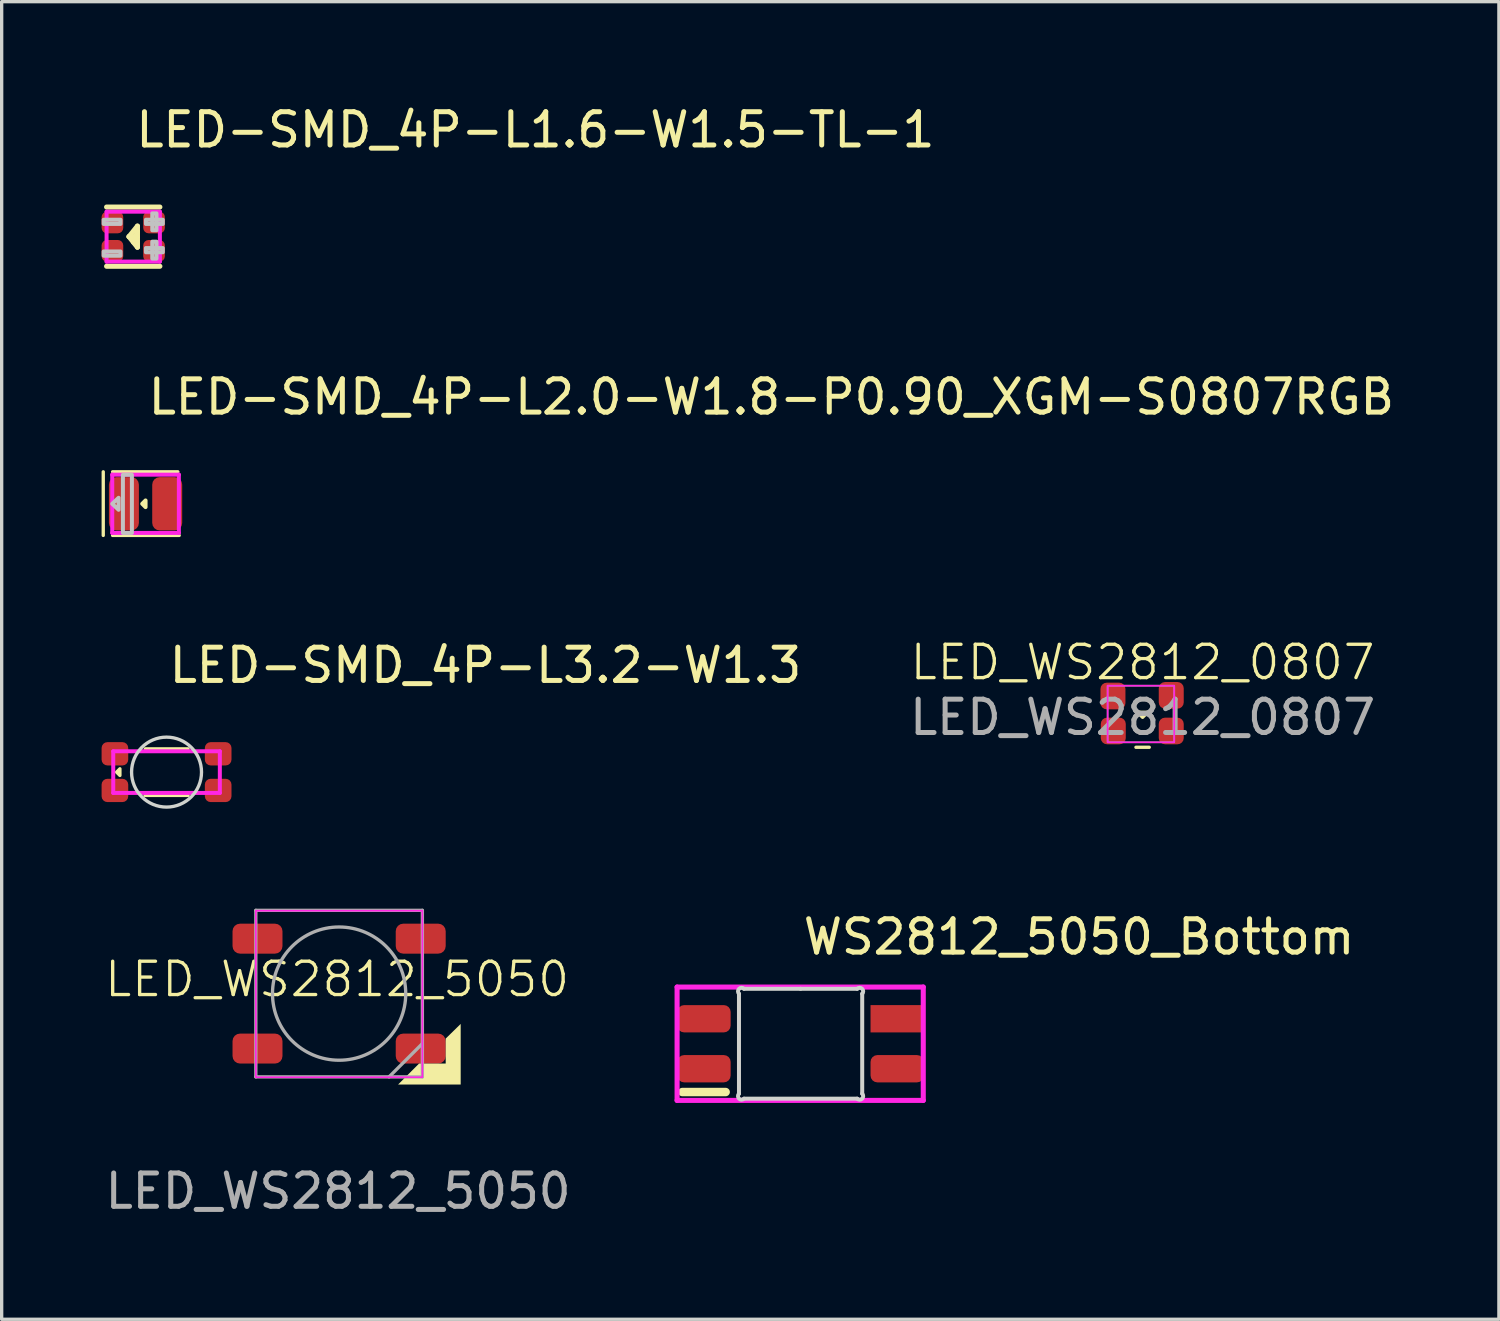
<source format=kicad_pcb>
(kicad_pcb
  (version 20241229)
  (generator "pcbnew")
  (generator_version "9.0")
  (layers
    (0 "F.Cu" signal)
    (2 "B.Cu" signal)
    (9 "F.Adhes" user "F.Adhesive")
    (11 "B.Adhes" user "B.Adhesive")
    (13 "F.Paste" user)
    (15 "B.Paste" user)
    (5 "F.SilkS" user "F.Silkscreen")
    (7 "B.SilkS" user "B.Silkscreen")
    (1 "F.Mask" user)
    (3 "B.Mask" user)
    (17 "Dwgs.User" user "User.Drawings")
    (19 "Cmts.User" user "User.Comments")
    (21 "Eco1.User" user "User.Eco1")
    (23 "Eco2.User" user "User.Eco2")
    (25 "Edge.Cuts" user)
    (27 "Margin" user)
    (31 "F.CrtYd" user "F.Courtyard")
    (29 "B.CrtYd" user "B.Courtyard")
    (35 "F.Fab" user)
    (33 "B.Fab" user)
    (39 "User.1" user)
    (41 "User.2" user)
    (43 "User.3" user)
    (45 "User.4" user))
  (footprint "LED-SMD_4P-L1.6-W1.5-TL-1"
    (layer "F.Cu")
    (at 0.95 4.055)
    (property "Reference" "LED-SMD_4P-L1.6-W1.5-TL-1" (at 0 -3.207 0) (layer "F.SilkS") (effects (font (size 1 1) (thickness 0.15)) (justify left)))
    (attr through_hole)
    (fp_line (start -0.8 -0.889) (end 0.8 -0.889) (stroke (width 0.152) (type solid)) (layer "F.SilkS"))
    (fp_line (start -0.127 0) (end 0.127 0) (stroke (width 0.152) (type solid)) (layer "F.SilkS"))
    (fp_line (start -0.127 0) (end 0.127 0.318) (stroke (width 0.152) (type solid)) (layer "F.SilkS"))
    (fp_line (start 0.127 -0.317) (end -0.127 0) (stroke (width 0.152) (type solid)) (layer "F.SilkS"))
    (fp_line (start 0.127 -0.155) (end 0.006 0.166) (stroke (width 0.152) (type solid)) (layer "F.SilkS"))
    (fp_line (start 0.127 0.318) (end 0.127 -0.317) (stroke (width 0.152) (type solid)) (layer "F.SilkS"))
    (fp_line (start 0.8 0.889) (end -0.8 0.889) (stroke (width 0.152) (type solid)) (layer "F.SilkS"))
    (fp_poly (pts (xy -0.762 -0.381) (xy -0.381 -0.381) (xy -0.381 -0.508) (xy -0.889 -0.508) (xy -0.889 -0.381)) (stroke (width 0.12) (type solid)) (fill no) (layer "Dwgs.User"))
    (fp_poly (pts (xy -0.762 0.572) (xy -0.381 0.572) (xy -0.381 0.445) (xy -0.889 0.445) (xy -0.889 0.572)) (stroke (width 0.12) (type solid)) (fill no) (layer "Dwgs.User"))
    (fp_poly (pts (xy 0.508 -0.381) (xy 0.889 -0.381) (xy 0.889 -0.508) (xy 0.381 -0.508) (xy 0.381 -0.381)) (stroke (width 0.12) (type solid)) (fill no) (layer "Dwgs.User"))
    (fp_poly (pts (xy 0.508 0.469) (xy 0.889 0.469) (xy 0.889 0.342) (xy 0.381 0.342) (xy 0.381 0.469)) (stroke (width 0.12) (type solid)) (fill no) (layer "Dwgs.User"))
    (fp_poly (pts (xy 0.571 -0.572) (xy 0.571 -0.191) (xy 0.698 -0.191) (xy 0.698 -0.699) (xy 0.571 -0.699)) (stroke (width 0.12) (type solid)) (fill no) (layer "Dwgs.User"))
    (fp_poly (pts (xy 0.571 0.278) (xy 0.571 0.659) (xy 0.698 0.659) (xy 0.698 0.151) (xy 0.571 0.151)) (stroke (width 0.12) (type solid)) (fill no) (layer "Dwgs.User"))
    (fp_circle (center -0.8 -0.75) (end -0.77 -0.75) (stroke (width 0.06) (type solid)) (fill no) (layer "Eco2.User"))
    (fp_line (start -0.8 -0.75) (end 0.8 -0.75) (stroke (width 0.12) (type solid)) (layer "F.CrtYd"))
    (fp_line (start -0.8 0.75) (end -0.8 -0.75) (stroke (width 0.12) (type solid)) (layer "F.CrtYd"))
    (fp_line (start 0.8 -0.75) (end 0.8 0.75) (stroke (width 0.12) (type solid)) (layer "F.CrtYd"))
    (fp_line (start 0.8 0.75) (end -0.8 0.75) (stroke (width 0.12) (type solid)) (layer "F.CrtYd"))
    (pad "1" smd roundrect (at -0.625 -0.425 180) (size 0.65 0.65) (layers "F.Cu" "F.Mask" "F.Paste") (roundrect_rratio 0.25))
    (pad "2" smd roundrect (at 0.625 -0.425 180) (size 0.65 0.65) (layers "F.Cu" "F.Mask" "F.Paste") (roundrect_rratio 0.25))
    (pad "3" smd roundrect (at -0.625 0.425 180) (size 0.65 0.65) (layers "F.Cu" "F.Mask" "F.Paste") (roundrect_rratio 0.25))
    (pad "4" smd roundrect (at 0.625 0.425 180) (size 0.65 0.65) (layers "F.Cu" "F.Mask" "F.Paste") (roundrect_rratio 0.25)))
  (footprint "WS2812_5050_Bottom"
    (layer "F.Cu")
    (at 20.986 28.286)
    (property "Reference" "WS2812_5050_Bottom" (at 0 -3.207 0) (layer "F.SilkS") (effects (font (size 1 1) (thickness 0.15)) (justify left)))
    (attr smd)
    (fp_line (start -3.55 1.45) (end -2.25 1.45) (stroke (width 0.254) (type solid)) (layer "F.SilkS"))
    (fp_line (start -1.85 1.5) (end -1.85 -1.5) (stroke (width 0.12) (type solid)) (layer "Edge.Cuts"))
    (fp_line (start -1.7 -1.65) (end 0 -1.65) (stroke (width 0.12) (type solid)) (layer "Edge.Cuts"))
    (fp_line (start 0 -1.65) (end 1.7 -1.65) (stroke (width 0.12) (type solid)) (layer "Edge.Cuts"))
    (fp_line (start 1.7 1.65) (end -1.7 1.65) (stroke (width 0.12) (type solid)) (layer "Edge.Cuts"))
    (fp_line (start 1.85 -1.5) (end 1.85 1.5) (stroke (width 0.12) (type solid)) (layer "Edge.Cuts"))
    (fp_arc (start -1.85 -1.5) (mid -1.85 -1.65) (end -1.7 -1.65) (stroke (width 0.12) (type default)) (layer "Edge.Cuts"))
    (fp_arc (start -1.7 1.65) (mid -1.85 1.65) (end -1.85 1.5) (stroke (width 0.12) (type default)) (layer "Edge.Cuts"))
    (fp_arc (start 1.7 -1.65) (mid 1.85 -1.65) (end 1.85 -1.5) (stroke (width 0.12) (type default)) (layer "Edge.Cuts"))
    (fp_arc (start 1.85 1.5) (mid 1.85 1.65) (end 1.7 1.65) (stroke (width 0.12) (type default)) (layer "Edge.Cuts"))
    (fp_line (start -3.708 -1.702) (end 3.683 -1.702) (stroke (width 0.152) (type solid)) (layer "F.CrtYd"))
    (fp_line (start -3.708 1.702) (end -3.708 -1.702) (stroke (width 0.152) (type solid)) (layer "F.CrtYd"))
    (fp_line (start 3.683 -1.702) (end 3.683 1.702) (stroke (width 0.152) (type solid)) (layer "F.CrtYd"))
    (fp_line (start 3.683 1.702) (end -3.708 1.702) (stroke (width 0.152) (type solid)) (layer "F.CrtYd"))
    (pad "1" smd trapezoid (at 2.9 -0.75) (size 1.6 0.82) (layers "F.Cu" "F.Mask" "F.Paste"))
    (pad "2" smd roundrect (at 2.9 0.75) (size 1.6 0.82) (layers "F.Cu" "F.Mask" "F.Paste") (roundrect_rratio 0.25))
    (pad "3" smd roundrect (at -2.9 0.75) (size 1.6 0.82) (layers "F.Cu" "F.Mask" "F.Paste") (roundrect_rratio 0.25))
    (pad "4" smd roundrect (at -2.9 -0.75) (size 1.6 0.82) (layers "F.Cu" "F.Mask" "F.Paste") (roundrect_rratio 0.25)))
  (footprint "LED-SMD_4P-L3.2-W1.3"
    (layer "F.Cu")
    (at 1.95 20.131)
    (property "Reference" "LED-SMD_4P-L3.2-W1.3" (at 0 -3.207 0) (layer "F.SilkS") (effects (font (size 1 1) (thickness 0.15)) (justify left)))
    (attr through_hole)
    (fp_line (start -0.646 0.7) (end 0.646 0.7) (stroke (width 0.1) (type solid)) (layer "F.SilkS"))
    (fp_line (start -0.636 -0.698) (end 0.646 -0.698) (stroke (width 0.1) (type solid)) (layer "F.SilkS"))
    (fp_poly (pts (xy -1.4 -0.1) (xy -1.4 0.1) (xy -1.5 0)) (stroke (width 0.1) (type solid)) (fill yes) (layer "F.SilkS"))
    (fp_circle (center 0 0) (end 1.05 0) (stroke (width 0.1) (type default)) (fill no) (layer "Edge.Cuts"))
    (fp_line (start -1.6 -0.625) (end -1.6 0.625) (stroke (width 0.12) (type solid)) (layer "F.CrtYd"))
    (fp_line (start -1.6 0.625) (end 1.6 0.625) (stroke (width 0.12) (type solid)) (layer "F.CrtYd"))
    (fp_line (start 1.6 -0.625) (end -1.6 -0.625) (stroke (width 0.12) (type solid)) (layer "F.CrtYd"))
    (fp_line (start 1.6 0.625) (end 1.6 -0.625) (stroke (width 0.12) (type solid)) (layer "F.CrtYd"))
    (pad "1" smd roundrect (at 1.55 0.55) (size 0.8 0.7) (layers "F.Cu" "F.Mask" "F.Paste") (roundrect_rratio 0.25))
    (pad "2" smd roundrect (at -1.55 0.55) (size 0.8 0.7) (layers "F.Cu" "F.Mask" "F.Paste") (roundrect_rratio 0.25))
    (pad "3" smd roundrect (at -1.55 -0.55) (size 0.8 0.7) (layers "F.Cu" "F.Mask" "F.Paste") (roundrect_rratio 0.25))
    (pad "4" smd roundrect (at 1.55 -0.55) (size 0.8 0.7) (layers "F.Cu" "F.Mask" "F.Paste") (roundrect_rratio 0.25)))
  (footprint "LED-SMD_4P-L2.0-W1.8-P0.90_XGM-S0807RGB"
    (layer "F.Cu")
    (at 1.32 12.075)
    (property "Reference" "LED-SMD_4P-L2.0-W1.8-P0.90_XGM-S0807RGB" (at 0 -3.207 0) (layer "F.SilkS") (effects (font (size 1 1) (thickness 0.15)) (justify left)))
    (attr smd)
    (fp_line (start -1.27 -0.96) (end -1.27 0.95) (stroke (width 0.1) (type default)) (layer "F.SilkS"))
    (fp_line (start -0.99 -0.96) (end 0.97 -0.96) (stroke (width 0.1) (type solid)) (layer "F.SilkS"))
    (fp_line (start -0.99 0.95) (end 1.01 0.95) (stroke (width 0.1) (type solid)) (layer "F.SilkS"))
    (fp_poly (pts (xy 0 -0.1) (xy -0.1 0) (xy 0 0.1)) (stroke (width 0.12) (type solid)) (fill yes) (layer "F.SilkS"))
    (fp_poly (pts (xy -1 0) (xy -0.81 -0.18) (xy -0.81 0.18)) (stroke (width 0.12) (type solid)) (fill no) (layer "Dwgs.User"))
    (fp_poly (pts (xy -0.68 -0.87) (xy -0.41 -0.87) (xy -0.41 0.875) (xy -0.68 0.875)) (stroke (width 0.12) (type solid)) (fill no) (layer "Dwgs.User"))
    (fp_line (start -1 -0.875) (end 1 -0.875) (stroke (width 0.12) (type solid)) (layer "F.CrtYd"))
    (fp_line (start -1 0.875) (end -1 -0.875) (stroke (width 0.12) (type solid)) (layer "F.CrtYd"))
    (fp_line (start 1 -0.875) (end 1 0.875) (stroke (width 0.12) (type solid)) (layer "F.CrtYd"))
    (fp_line (start 1 0.875) (end -1 0.875) (stroke (width 0.12) (type solid)) (layer "F.CrtYd"))
    (pad "1" smd roundrect (at -0.65 0) (size 0.9 1.6) (layers "F.Cu" "F.Mask" "F.Paste") (roundrect_rratio 0.25))
    (pad "2" smd roundrect (at 0.65 0) (size 0.9 1.6) (layers "F.Cu" "F.Mask" "F.Paste") (roundrect_rratio 0.25)))
  (footprint "LED_WS2812_5050"
    (layer "F.Cu")
    (at 7.071 26.851)
    (property "Reference" "LED_WS2812_5050" (at 0 -0.5 0) (unlocked yes) (layer "F.SilkS") (effects (font (size 1 1) (thickness 0.1))))
    (attr smd)
    (fp_poly (pts (xy 3.71 0.84) (xy 3.26 1.28) (xy 3.26 2.03) (xy 2.46 2.03) (xy 1.83 2.66) (xy 3.71 2.66)) (stroke (width 0) (type solid)) (fill yes) (layer "F.SilkS"))
    (fp_rect (start -2.44 -2.56) (end 2.56 2.44) (stroke (width 0.05) (type default)) (fill no) (layer "F.CrtYd"))
    (fp_line (start -2.44 -2.57) (end -2.44 2.43) (stroke (width 0.1) (type solid)) (layer "F.Fab"))
    (fp_line (start -2.44 2.43) (end 2.56 2.43) (stroke (width 0.1) (type solid)) (layer "F.Fab"))
    (fp_line (start 2.56 -2.57) (end -2.44 -2.57) (stroke (width 0.1) (type solid)) (layer "F.Fab"))
    (fp_line (start 2.56 1.43) (end 1.56 2.43) (stroke (width 0.1) (type solid)) (layer "F.Fab"))
    (fp_line (start 2.56 2.43) (end 2.56 -2.57) (stroke (width 0.1) (type solid)) (layer "F.Fab"))
    (fp_circle (center 0.06 -0.07) (end 0.06 -2.07) (stroke (width 0.1) (type solid)) (fill no) (layer "F.Fab"))
    (fp_text user "${REFERENCE}" (at 0.03 5.86 0) (unlocked yes) (layer "F.Fab") (effects (font (size 1 1) (thickness 0.15))))
    (pad "1" smd roundrect (at -2.39 -1.72) (size 1.5 0.9) (layers "F.Cu" "F.Mask" "F.Paste") (roundrect_rratio 0.25))
    (pad "2" smd roundrect (at -2.39 1.58) (size 1.5 0.9) (layers "F.Cu" "F.Mask" "F.Paste") (roundrect_rratio 0.25))
    (pad "3" smd roundrect (at 2.51 1.58) (size 1.5 0.9) (layers "F.Cu" "F.Mask" "F.Paste") (roundrect_rratio 0.25))
    (pad "4" smd roundrect (at 2.51 -1.72) (size 1.5 0.9) (layers "F.Cu" "F.Mask" "F.Paste") (roundrect_rratio 0.25)))
  (footprint "LED_WS2812_0807"
    (layer "F.Cu")
    (at 31.254 18.336)
    (property "Reference" "LED_WS2812_0807" (at 0 -1.5 0) (unlocked yes) (layer "F.SilkS") (effects (font (size 1 1) (thickness 0.1))))
    (attr smd)
    (fp_line (start -0.2 1.05) (end 0.2 1.05) (stroke (width 0.1) (type default)) (layer "F.SilkS"))
    (fp_poly (pts (xy 0.15 0) (xy 0 0.15) (xy -0.15 0)) (stroke (width 0.1) (type solid)) (fill yes) (layer "F.SilkS"))
    (fp_rect (start -1.05 -0.8) (end 0.95 0.9) (stroke (width 0.05) (type default)) (fill no) (layer "F.CrtYd"))
    (fp_rect (start -1.05 -0.8) (end 0.95 0.9) (stroke (width 0.05) (type default)) (fill no) (layer "F.Fab"))
    (fp_text user "${REFERENCE}" (at 0 0.15 0) (unlocked yes) (layer "F.Fab") (effects (font (size 1 1) (thickness 0.15))))
    (pad "1" smd roundrect (at -0.89 -0.49) (size 0.75 0.8) (layers "F.Cu" "F.Mask" "F.Paste") (roundrect_rratio 0.25))
    (pad "2" smd roundrect (at -0.88 0.56) (size 0.75 0.8) (layers "F.Cu" "F.Mask" "F.Paste") (roundrect_rratio 0.25))
    (pad "3" smd roundrect (at 0.86 0.56) (size 0.75 0.8) (layers "F.Cu" "F.Mask" "F.Paste") (roundrect_rratio 0.25))
    (pad "4" smd roundrect (at 0.86 -0.51) (size 0.75 0.8) (layers "F.Cu" "F.Mask" "F.Paste") (roundrect_rratio 0.25)))
  (gr_rect
    (start -3 -3)
    (end 41.951 36.559)
    (stroke (width 0.1) (type default))
    (fill no)
    (layer "Edge.Cuts")))
</source>
